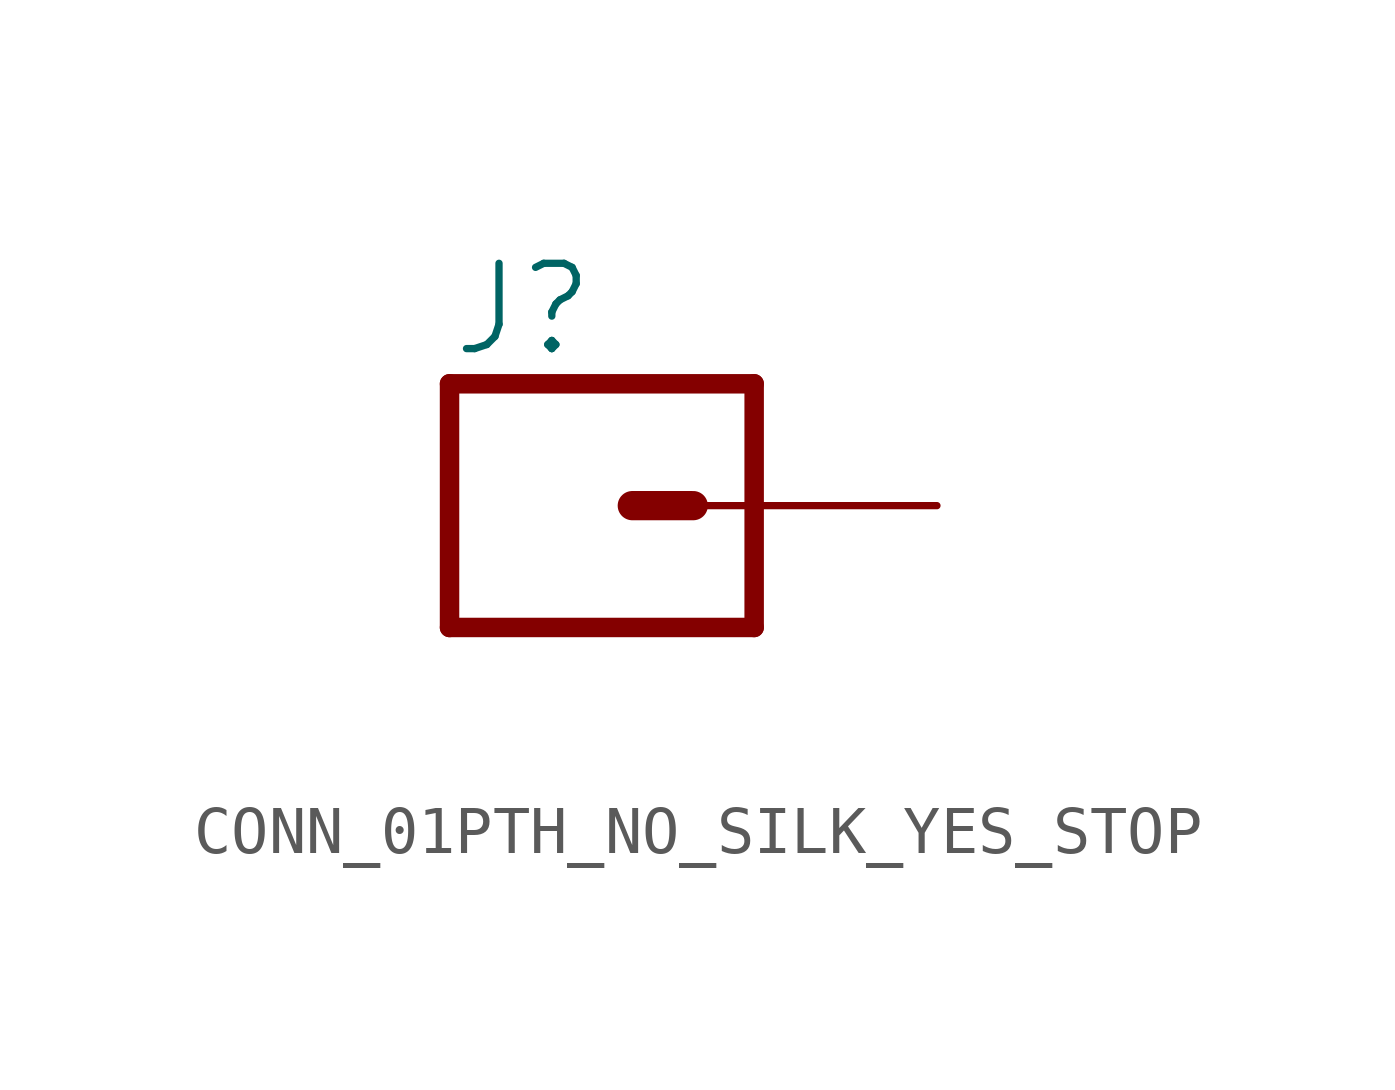
<source format=kicad_sym>
(kicad_symbol_lib
  (version 20220914)
  (generator kicad_symbol_editor)
  (symbol "CONN_01PTH_NO_SILK_YES_STOP"
    (property "Reference" "J"
      (at -2.54 3.048 0)
      (effects (font (size 1.778 1.778)) (justify left bottom)))
    (property "Value" ""
      (at -2.54 -4.826 0)
      (effects (font (size 1.778 1.778)) (justify left bottom)))
    (property "ki_locked" ""
      (at 0 0 0)
      (effects (font (size 1.27 1.27))))
    (symbol "CONN_01PTH_NO_SILK_YES_STOP_1_0"
      (polyline (pts (xy -2.54 2.54) (xy -2.54 -2.54)) (stroke (width 0.406) (type solid)) (fill (type none)))
      (polyline (pts (xy -2.54 2.54) (xy 3.81 2.54)) (stroke (width 0.406) (type solid)) (fill (type none)))
      (polyline (pts (xy 1.27 0) (xy 2.54 0)) (stroke (width 0.61) (type solid)) (fill (type none)))
      (polyline (pts (xy 3.81 -2.54) (xy -2.54 -2.54)) (stroke (width 0.406) (type solid)) (fill (type none)))
      (polyline (pts (xy 3.81 -2.54) (xy 3.81 2.54)) (stroke (width 0.406) (type solid)) (fill (type none)))
      (pin passive line (at 7.62 0 180) (length 5.08) (name "1" (effects (font (size 0 0)))) (number "1" (effects (font (size 0 0))))))))
</source>
